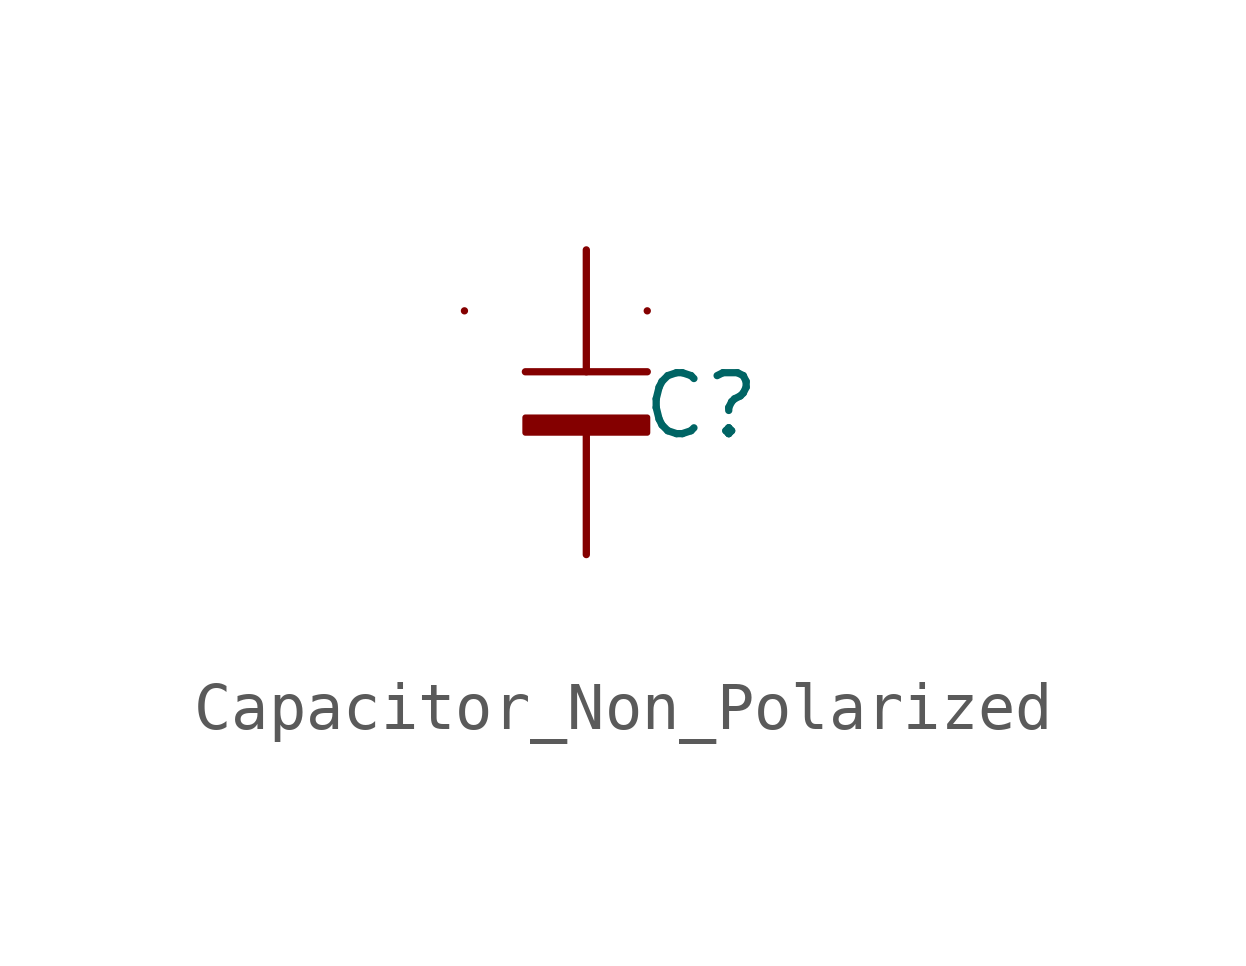
<source format=kicad_sym>
(kicad_symbol_lib
  (version 20241209)
  (generator "kicad_symbol_editor")
  (generator_version "9.0")
  (symbol "Capacitor_Non_Polarized"
    (pin_numbers
      (hide yes))
    (pin_names
      (offset 0)
      (hide yes))
    (property "Reference" "C"
      (at 6.204 -3.25 0)
      (effects (font (size 1.27 1.27))))
    (property "Value" ""
      (at 7.62 -7.62 0)
      (effects (font (size 1.27 1.27))))
    (symbol "Capacitor_Non_Polarized_1_1"
      (polyline (pts (xy 1.27 -1.27) (xy 1.27 -1.27)) (stroke (width 0) (type default)) (fill (type none)))
      (polyline (pts (xy 2.54 -2.54) (xy 5.08 -2.54)) (stroke (width 0) (type default)) (fill (type none)))
      (polyline (pts (xy 2.54 -3.81) (xy 5.08 -3.81) (xy 5.08 -3.493) (xy 2.54 -3.493) (xy 2.54 -3.81)) (stroke (width 0.127) (type solid)) (fill (type outline)))
      (polyline (pts (xy 5.08 -1.27) (xy 5.08 -1.27)) (stroke (width 0) (type default)) (fill (type none)))
      (pin passive line (at 3.81 0 270) (length 2.54) (name "" (effects (font (size 1.27 1.27)))) (number "1" (effects (font (size 1.27 1.27)))))
      (pin passive line (at 3.81 -6.35 90) (length 2.54) (name "" (effects (font (size 1.27 1.27)))) (number "2" (effects (font (size 1.27 1.27))))))))
</source>
